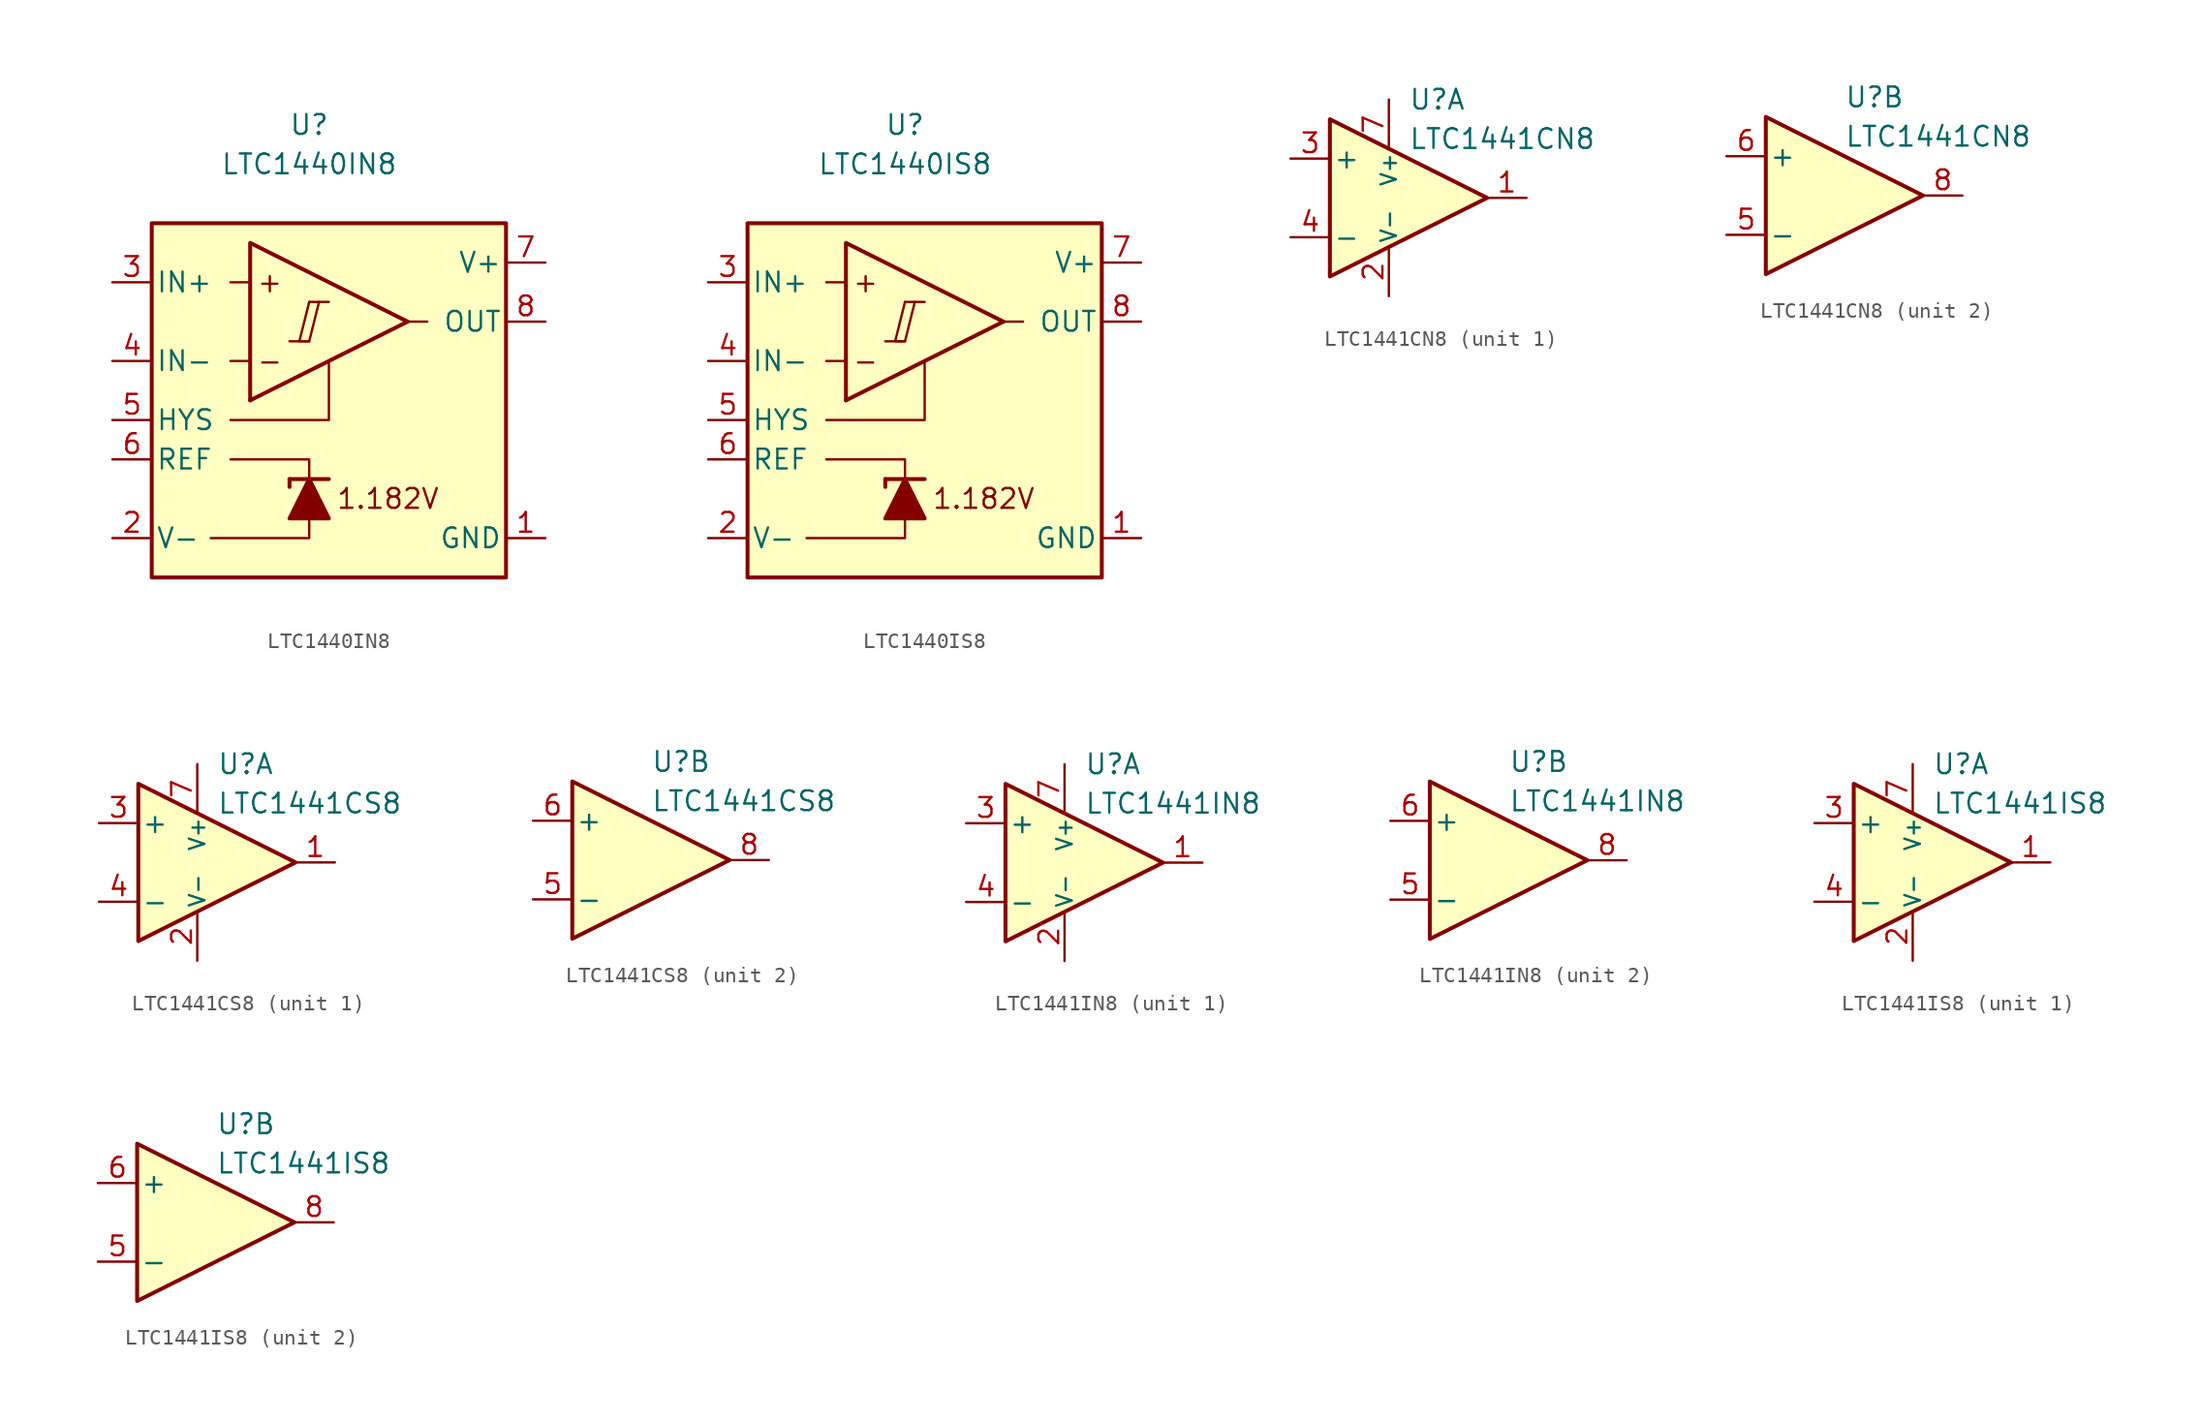
<source format=kicad_sym>
(kicad_symbol_lib
  (version 20231120)
  (generator "kicad_symbol_editor")
  (generator_version "8.0")
  (symbol "LTC1440IN8"
    (pin_names
      (offset 0.254))
    (property "Reference" "U"
      (at 0 16.51 0)
      (effects (font (size 1.27 1.27))))
    (property "Value" "LTC1440IN8"
      (at 0 13.97 0)
      (effects (font (size 1.27 1.27))))
    (symbol "LTC1440IN8_0_0"
      (polyline (pts (xy -1.27 2.54) (xy 0 2.54)) (stroke (width 0.152) (type default)) (fill (type none)))
      (polyline (pts (xy 0 5.08) (xy 1.27 5.08)) (stroke (width 0.152) (type default)) (fill (type none)))
      (polyline (pts (xy 6.35 3.81) (xy -3.81 -1.27)) (stroke (width 0.254) (type default)) (fill (type none)))
      (polyline (pts (xy 6.35 3.81) (xy -3.81 8.89) (xy -3.81 -1.27)) (stroke (width 0.254) (type default)) (fill (type background)))
      (polyline (pts (xy 0 5.08) (xy -0.635 2.54) (xy 0 2.54) (xy 0.635 5.08)) (stroke (width 0.152) (type default)) (fill (type none)))
      (text "+" (at -2.54 6.35 0) (effects (font (size 1.27 1.27))))
      (text "-" (at -2.54 1.27 0) (effects (font (size 1.27 1.27)))))
    (symbol "LTC1440IN8_0_1"
      (polyline (pts (xy -3.81 1.27) (xy -5.08 1.27)) (stroke (width 0) (type default)) (fill (type none)))
      (polyline (pts (xy -3.81 6.35) (xy -5.08 6.35)) (stroke (width 0) (type default)) (fill (type none)))
      (polyline (pts (xy -1.27 -6.35) (xy -1.27 -6.858)) (stroke (width 0.254) (type default)) (fill (type none)))
      (polyline (pts (xy -1.27 -6.35) (xy 1.27 -6.35)) (stroke (width 0.254) (type default)) (fill (type none)))
      (polyline (pts (xy 6.35 3.81) (xy 7.62 3.81)) (stroke (width 0) (type default)) (fill (type none)))
      (polyline (pts (xy 0 -8.89) (xy 0 -10.16) (xy -6.35 -10.16)) (stroke (width 0) (type default)) (fill (type none)))
      (polyline (pts (xy 0 -6.35) (xy 0 -5.08) (xy -5.08 -5.08)) (stroke (width 0) (type default)) (fill (type none)))
      (polyline (pts (xy 1.27 1.27) (xy 1.27 -2.54) (xy -5.08 -2.54)) (stroke (width 0) (type default)) (fill (type none)))
      (polyline (pts (xy 1.27 -8.89) (xy -1.27 -8.89) (xy 0 -6.35) (xy 1.27 -8.89)) (stroke (width 0.254) (type default)) (fill (type outline)))
      (rectangle (start 12.7 10.16) (end -10.16 -12.7) (stroke (width 0.254) (type default)) (fill (type background))))
    (symbol "LTC1440IN8_1_0"
      (text "1.182V" (at 5.08 -7.62 0) (effects (font (size 1.27 1.27)))))
    (symbol "LTC1440IN8_1_1"
      (pin power_in line (at 15.24 -10.16 180) (length 2.54) (name "GND" (effects (font (size 1.27 1.27)))) (number "1" (effects (font (size 1.27 1.27)))))
      (pin power_in line (at -12.7 -10.16 0) (length 2.54) (name "V-" (effects (font (size 1.27 1.27)))) (number "2" (effects (font (size 1.27 1.27)))))
      (pin input line (at -12.7 6.35 0) (length 2.54) (name "IN+" (effects (font (size 1.27 1.27)))) (number "3" (effects (font (size 1.27 1.27)))))
      (pin input line (at -12.7 1.27 0) (length 2.54) (name "IN-" (effects (font (size 1.27 1.27)))) (number "4" (effects (font (size 1.27 1.27)))))
      (pin input line (at -12.7 -2.54 0) (length 2.54) (name "HYS" (effects (font (size 1.27 1.27)))) (number "5" (effects (font (size 1.27 1.27)))))
      (pin output line (at -12.7 -5.08 0) (length 2.54) (name "REF" (effects (font (size 1.27 1.27)))) (number "6" (effects (font (size 1.27 1.27)))))
      (pin power_in line (at 15.24 7.62 180) (length 2.54) (name "V+" (effects (font (size 1.27 1.27)))) (number "7" (effects (font (size 1.27 1.27)))))
      (pin output line (at 15.24 3.81 180) (length 2.54) (name "OUT" (effects (font (size 1.27 1.27)))) (number "8" (effects (font (size 1.27 1.27)))))))
  (symbol "LTC1440IS8"
    (pin_names
      (offset 0.254))
    (property "Reference" "U"
      (at 0 16.51 0)
      (effects (font (size 1.27 1.27))))
    (property "Value" "LTC1440IS8"
      (at 0 13.97 0)
      (effects (font (size 1.27 1.27))))
    (symbol "LTC1440IS8_0_0"
      (polyline (pts (xy -1.27 2.54) (xy 0 2.54)) (stroke (width 0.152) (type default)) (fill (type none)))
      (polyline (pts (xy 0 5.08) (xy 1.27 5.08)) (stroke (width 0.152) (type default)) (fill (type none)))
      (polyline (pts (xy 6.35 3.81) (xy -3.81 -1.27)) (stroke (width 0.254) (type default)) (fill (type none)))
      (polyline (pts (xy 6.35 3.81) (xy -3.81 8.89) (xy -3.81 -1.27)) (stroke (width 0.254) (type default)) (fill (type background)))
      (polyline (pts (xy 0 5.08) (xy -0.635 2.54) (xy 0 2.54) (xy 0.635 5.08)) (stroke (width 0.152) (type default)) (fill (type none)))
      (text "+" (at -2.54 6.35 0) (effects (font (size 1.27 1.27))))
      (text "-" (at -2.54 1.27 0) (effects (font (size 1.27 1.27)))))
    (symbol "LTC1440IS8_0_1"
      (polyline (pts (xy -3.81 1.27) (xy -5.08 1.27)) (stroke (width 0) (type default)) (fill (type none)))
      (polyline (pts (xy -3.81 6.35) (xy -5.08 6.35)) (stroke (width 0) (type default)) (fill (type none)))
      (polyline (pts (xy -1.27 -6.35) (xy -1.27 -6.858)) (stroke (width 0.254) (type default)) (fill (type none)))
      (polyline (pts (xy -1.27 -6.35) (xy 1.27 -6.35)) (stroke (width 0.254) (type default)) (fill (type none)))
      (polyline (pts (xy 6.35 3.81) (xy 7.62 3.81)) (stroke (width 0) (type default)) (fill (type none)))
      (polyline (pts (xy 0 -8.89) (xy 0 -10.16) (xy -6.35 -10.16)) (stroke (width 0) (type default)) (fill (type none)))
      (polyline (pts (xy 0 -6.35) (xy 0 -5.08) (xy -5.08 -5.08)) (stroke (width 0) (type default)) (fill (type none)))
      (polyline (pts (xy 1.27 1.27) (xy 1.27 -2.54) (xy -5.08 -2.54)) (stroke (width 0) (type default)) (fill (type none)))
      (polyline (pts (xy 1.27 -8.89) (xy -1.27 -8.89) (xy 0 -6.35) (xy 1.27 -8.89)) (stroke (width 0.254) (type default)) (fill (type outline)))
      (rectangle (start 12.7 10.16) (end -10.16 -12.7) (stroke (width 0.254) (type default)) (fill (type background))))
    (symbol "LTC1440IS8_1_0"
      (text "1.182V" (at 5.08 -7.62 0) (effects (font (size 1.27 1.27)))))
    (symbol "LTC1440IS8_1_1"
      (pin power_in line (at 15.24 -10.16 180) (length 2.54) (name "GND" (effects (font (size 1.27 1.27)))) (number "1" (effects (font (size 1.27 1.27)))))
      (pin power_in line (at -12.7 -10.16 0) (length 2.54) (name "V-" (effects (font (size 1.27 1.27)))) (number "2" (effects (font (size 1.27 1.27)))))
      (pin input line (at -12.7 6.35 0) (length 2.54) (name "IN+" (effects (font (size 1.27 1.27)))) (number "3" (effects (font (size 1.27 1.27)))))
      (pin input line (at -12.7 1.27 0) (length 2.54) (name "IN-" (effects (font (size 1.27 1.27)))) (number "4" (effects (font (size 1.27 1.27)))))
      (pin input line (at -12.7 -2.54 0) (length 2.54) (name "HYS" (effects (font (size 1.27 1.27)))) (number "5" (effects (font (size 1.27 1.27)))))
      (pin output line (at -12.7 -5.08 0) (length 2.54) (name "REF" (effects (font (size 1.27 1.27)))) (number "6" (effects (font (size 1.27 1.27)))))
      (pin power_in line (at 15.24 7.62 180) (length 2.54) (name "V+" (effects (font (size 1.27 1.27)))) (number "7" (effects (font (size 1.27 1.27)))))
      (pin output line (at 15.24 3.81 180) (length 2.54) (name "OUT" (effects (font (size 1.27 1.27)))) (number "8" (effects (font (size 1.27 1.27)))))))
  (symbol "LTC1441CN8"
    (pin_names
      (offset 0.2))
    (property "Reference" "U"
      (at 1.27 6.35 0)
      (effects (font (size 1.27 1.27)) (justify left)))
    (property "Value" "LTC1441CN8"
      (at 1.27 3.81 0)
      (effects (font (size 1.27 1.27)) (justify left)))
    (property "ki_locked" ""
      (at 0 0 0)
      (effects (font (size 1.27 1.27))))
    (symbol "LTC1441CN8_0_1"
      (polyline (pts (xy -3.81 5.08) (xy -3.81 -5.08) (xy 6.35 0) (xy -3.81 5.08)) (stroke (width 0.254) (type default)) (fill (type background))))
    (symbol "LTC1441CN8_1_1"
      (pin output line (at 8.89 0 180) (length 2.54) (name "~" (effects (font (size 1.27 1.27)))) (number "1" (effects (font (size 1.27 1.27)))))
      (pin power_in line (at 0 -6.35 90) (length 3.18) (name "V-" (effects (font (size 1 1)))) (number "2" (effects (font (size 1.27 1.27)))))
      (pin input line (at -6.35 2.54 0) (length 2.54) (name "+" (effects (font (size 1.27 1.27)))) (number "3" (effects (font (size 1.27 1.27)))))
      (pin input line (at -6.35 -2.54 0) (length 2.54) (name "-" (effects (font (size 1.27 1.27)))) (number "4" (effects (font (size 1.27 1.27)))))
      (pin power_in line (at 0 6.35 270) (length 3.18) (name "V+" (effects (font (size 1 1)))) (number "7" (effects (font (size 1.27 1.27))))))
    (symbol "LTC1441CN8_2_1"
      (pin input line (at -6.35 -2.54 0) (length 2.54) (name "-" (effects (font (size 1.27 1.27)))) (number "5" (effects (font (size 1.27 1.27)))))
      (pin input line (at -6.35 2.54 0) (length 2.54) (name "+" (effects (font (size 1.27 1.27)))) (number "6" (effects (font (size 1.27 1.27)))))
      (pin output line (at 8.89 0 180) (length 2.54) (name "~" (effects (font (size 1.27 1.27)))) (number "8" (effects (font (size 1.27 1.27)))))))
  (symbol "LTC1441CS8"
    (pin_names
      (offset 0.2))
    (property "Reference" "U"
      (at 1.27 6.35 0)
      (effects (font (size 1.27 1.27)) (justify left)))
    (property "Value" "LTC1441CS8"
      (at 1.27 3.81 0)
      (effects (font (size 1.27 1.27)) (justify left)))
    (property "ki_locked" ""
      (at 0 0 0)
      (effects (font (size 1.27 1.27))))
    (symbol "LTC1441CS8_0_1"
      (polyline (pts (xy -3.81 5.08) (xy -3.81 -5.08) (xy 6.35 0) (xy -3.81 5.08)) (stroke (width 0.254) (type default)) (fill (type background))))
    (symbol "LTC1441CS8_1_1"
      (pin output line (at 8.89 0 180) (length 2.54) (name "~" (effects (font (size 1.27 1.27)))) (number "1" (effects (font (size 1.27 1.27)))))
      (pin power_in line (at 0 -6.35 90) (length 3.18) (name "V-" (effects (font (size 1 1)))) (number "2" (effects (font (size 1.27 1.27)))))
      (pin input line (at -6.35 2.54 0) (length 2.54) (name "+" (effects (font (size 1.27 1.27)))) (number "3" (effects (font (size 1.27 1.27)))))
      (pin input line (at -6.35 -2.54 0) (length 2.54) (name "-" (effects (font (size 1.27 1.27)))) (number "4" (effects (font (size 1.27 1.27)))))
      (pin power_in line (at 0 6.35 270) (length 3.18) (name "V+" (effects (font (size 1 1)))) (number "7" (effects (font (size 1.27 1.27))))))
    (symbol "LTC1441CS8_2_1"
      (pin input line (at -6.35 -2.54 0) (length 2.54) (name "-" (effects (font (size 1.27 1.27)))) (number "5" (effects (font (size 1.27 1.27)))))
      (pin input line (at -6.35 2.54 0) (length 2.54) (name "+" (effects (font (size 1.27 1.27)))) (number "6" (effects (font (size 1.27 1.27)))))
      (pin output line (at 8.89 0 180) (length 2.54) (name "~" (effects (font (size 1.27 1.27)))) (number "8" (effects (font (size 1.27 1.27)))))))
  (symbol "LTC1441IN8"
    (pin_names
      (offset 0.2))
    (property "Reference" "U"
      (at 1.27 6.35 0)
      (effects (font (size 1.27 1.27)) (justify left)))
    (property "Value" "LTC1441IN8"
      (at 1.27 3.81 0)
      (effects (font (size 1.27 1.27)) (justify left)))
    (property "ki_locked" ""
      (at 0 0 0)
      (effects (font (size 1.27 1.27))))
    (symbol "LTC1441IN8_0_1"
      (polyline (pts (xy -3.81 5.08) (xy -3.81 -5.08) (xy 6.35 0) (xy -3.81 5.08)) (stroke (width 0.254) (type default)) (fill (type background))))
    (symbol "LTC1441IN8_1_1"
      (pin output line (at 8.89 0 180) (length 2.54) (name "~" (effects (font (size 1.27 1.27)))) (number "1" (effects (font (size 1.27 1.27)))))
      (pin power_in line (at 0 -6.35 90) (length 3.18) (name "V-" (effects (font (size 1 1)))) (number "2" (effects (font (size 1.27 1.27)))))
      (pin input line (at -6.35 2.54 0) (length 2.54) (name "+" (effects (font (size 1.27 1.27)))) (number "3" (effects (font (size 1.27 1.27)))))
      (pin input line (at -6.35 -2.54 0) (length 2.54) (name "-" (effects (font (size 1.27 1.27)))) (number "4" (effects (font (size 1.27 1.27)))))
      (pin power_in line (at 0 6.35 270) (length 3.18) (name "V+" (effects (font (size 1 1)))) (number "7" (effects (font (size 1.27 1.27))))))
    (symbol "LTC1441IN8_2_1"
      (pin input line (at -6.35 -2.54 0) (length 2.54) (name "-" (effects (font (size 1.27 1.27)))) (number "5" (effects (font (size 1.27 1.27)))))
      (pin input line (at -6.35 2.54 0) (length 2.54) (name "+" (effects (font (size 1.27 1.27)))) (number "6" (effects (font (size 1.27 1.27)))))
      (pin output line (at 8.89 0 180) (length 2.54) (name "~" (effects (font (size 1.27 1.27)))) (number "8" (effects (font (size 1.27 1.27)))))))
  (symbol "LTC1441IS8"
    (pin_names
      (offset 0.2))
    (property "Reference" "U"
      (at 1.27 6.35 0)
      (effects (font (size 1.27 1.27)) (justify left)))
    (property "Value" "LTC1441IS8"
      (at 1.27 3.81 0)
      (effects (font (size 1.27 1.27)) (justify left)))
    (property "ki_locked" ""
      (at 0 0 0)
      (effects (font (size 1.27 1.27))))
    (symbol "LTC1441IS8_0_1"
      (polyline (pts (xy -3.81 5.08) (xy -3.81 -5.08) (xy 6.35 0) (xy -3.81 5.08)) (stroke (width 0.254) (type default)) (fill (type background))))
    (symbol "LTC1441IS8_1_1"
      (pin output line (at 8.89 0 180) (length 2.54) (name "~" (effects (font (size 1.27 1.27)))) (number "1" (effects (font (size 1.27 1.27)))))
      (pin power_in line (at 0 -6.35 90) (length 3.18) (name "V-" (effects (font (size 1 1)))) (number "2" (effects (font (size 1.27 1.27)))))
      (pin input line (at -6.35 2.54 0) (length 2.54) (name "+" (effects (font (size 1.27 1.27)))) (number "3" (effects (font (size 1.27 1.27)))))
      (pin input line (at -6.35 -2.54 0) (length 2.54) (name "-" (effects (font (size 1.27 1.27)))) (number "4" (effects (font (size 1.27 1.27)))))
      (pin power_in line (at 0 6.35 270) (length 3.18) (name "V+" (effects (font (size 1 1)))) (number "7" (effects (font (size 1.27 1.27))))))
    (symbol "LTC1441IS8_2_1"
      (pin input line (at -6.35 -2.54 0) (length 2.54) (name "-" (effects (font (size 1.27 1.27)))) (number "5" (effects (font (size 1.27 1.27)))))
      (pin input line (at -6.35 2.54 0) (length 2.54) (name "+" (effects (font (size 1.27 1.27)))) (number "6" (effects (font (size 1.27 1.27)))))
      (pin output line (at 8.89 0 180) (length 2.54) (name "~" (effects (font (size 1.27 1.27)))) (number "8" (effects (font (size 1.27 1.27))))))))
</source>
